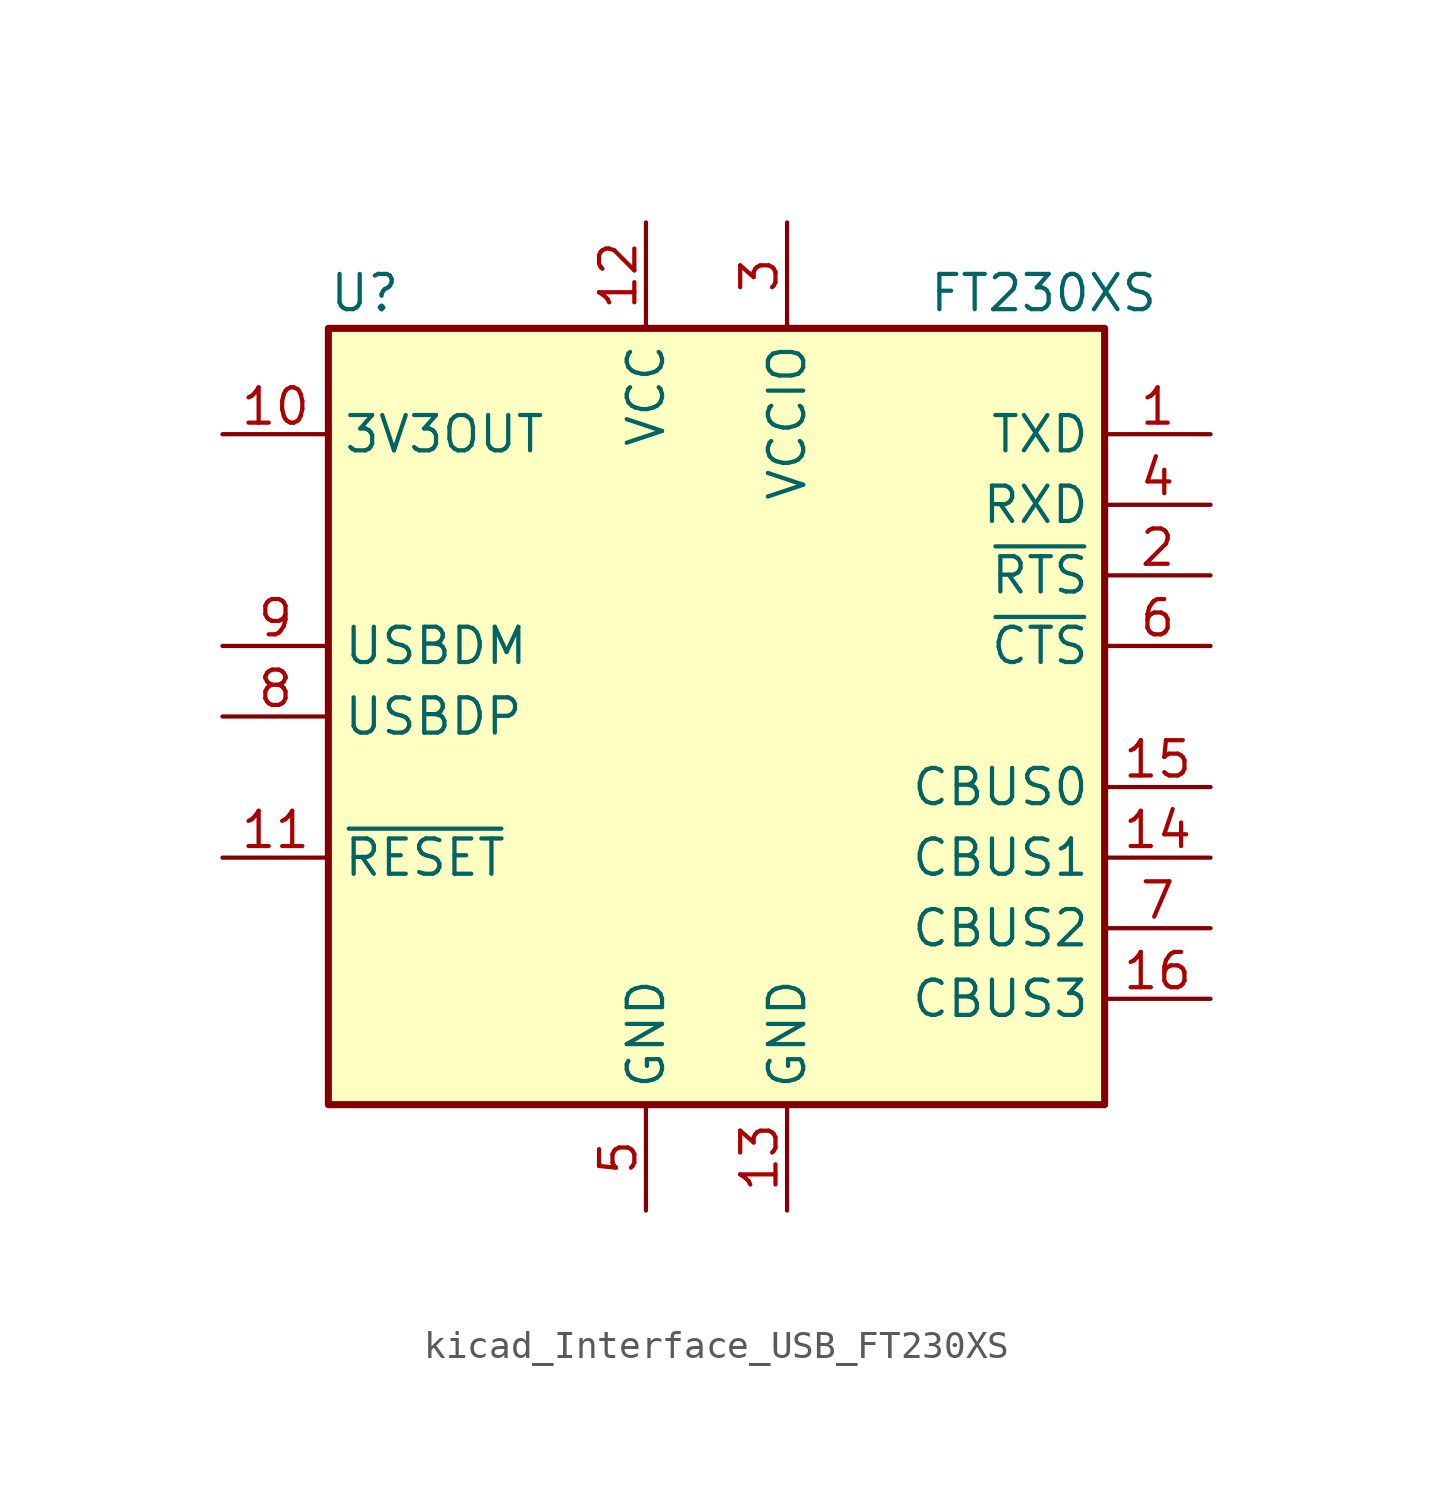
<source format=kicad_sym>
(kicad_symbol_lib
  (version 20220914)
  (generator kicad_symbol_editor)
  (symbol "kicad_Interface_USB_FT230XS"
    (property "Reference" "U"
      (at -13.97 15.24 0)
      (effects (font (size 1.27 1.27)) (justify left)))
    (property "Value" "FT230XS"
      (at 7.62 15.24 0)
      (effects (font (size 1.27 1.27)) (justify left)))
    (symbol "kicad_Interface_USB_FT230XS_0_1"
      (rectangle (start -13.97 13.97) (end 13.97 -13.97) (stroke (width 0.254) (type default)) (fill (type background))))
    (symbol "kicad_Interface_USB_FT230XS_1_1"
      (pin output line (at 17.78 10.16 180) (length 3.81) (name "TXD" (effects (font (size 1.27 1.27)))) (number "1" (effects (font (size 1.27 1.27)))))
      (pin power_out line (at -17.78 10.16 0) (length 3.81) (name "3V3OUT" (effects (font (size 1.27 1.27)))) (number "10" (effects (font (size 1.27 1.27)))))
      (pin input line (at -17.78 -5.08 0) (length 3.81) (name "~{RESET}" (effects (font (size 1.27 1.27)))) (number "11" (effects (font (size 1.27 1.27)))))
      (pin power_in line (at -2.54 17.78 270) (length 3.81) (name "VCC" (effects (font (size 1.27 1.27)))) (number "12" (effects (font (size 1.27 1.27)))))
      (pin power_in line (at 2.54 -17.78 90) (length 3.81) (name "GND" (effects (font (size 1.27 1.27)))) (number "13" (effects (font (size 1.27 1.27)))))
      (pin bidirectional line (at 17.78 -5.08 180) (length 3.81) (name "CBUS1" (effects (font (size 1.27 1.27)))) (number "14" (effects (font (size 1.27 1.27)))))
      (pin bidirectional line (at 17.78 -2.54 180) (length 3.81) (name "CBUS0" (effects (font (size 1.27 1.27)))) (number "15" (effects (font (size 1.27 1.27)))))
      (pin bidirectional line (at 17.78 -10.16 180) (length 3.81) (name "CBUS3" (effects (font (size 1.27 1.27)))) (number "16" (effects (font (size 1.27 1.27)))))
      (pin output line (at 17.78 5.08 180) (length 3.81) (name "~{RTS}" (effects (font (size 1.27 1.27)))) (number "2" (effects (font (size 1.27 1.27)))))
      (pin power_in line (at 2.54 17.78 270) (length 3.81) (name "VCCIO" (effects (font (size 1.27 1.27)))) (number "3" (effects (font (size 1.27 1.27)))))
      (pin input line (at 17.78 7.62 180) (length 3.81) (name "RXD" (effects (font (size 1.27 1.27)))) (number "4" (effects (font (size 1.27 1.27)))))
      (pin power_in line (at -2.54 -17.78 90) (length 3.81) (name "GND" (effects (font (size 1.27 1.27)))) (number "5" (effects (font (size 1.27 1.27)))))
      (pin input line (at 17.78 2.54 180) (length 3.81) (name "~{CTS}" (effects (font (size 1.27 1.27)))) (number "6" (effects (font (size 1.27 1.27)))))
      (pin bidirectional line (at 17.78 -7.62 180) (length 3.81) (name "CBUS2" (effects (font (size 1.27 1.27)))) (number "7" (effects (font (size 1.27 1.27)))))
      (pin bidirectional line (at -17.78 0 0) (length 3.81) (name "USBDP" (effects (font (size 1.27 1.27)))) (number "8" (effects (font (size 1.27 1.27)))))
      (pin bidirectional line (at -17.78 2.54 0) (length 3.81) (name "USBDM" (effects (font (size 1.27 1.27)))) (number "9" (effects (font (size 1.27 1.27))))))))
</source>
